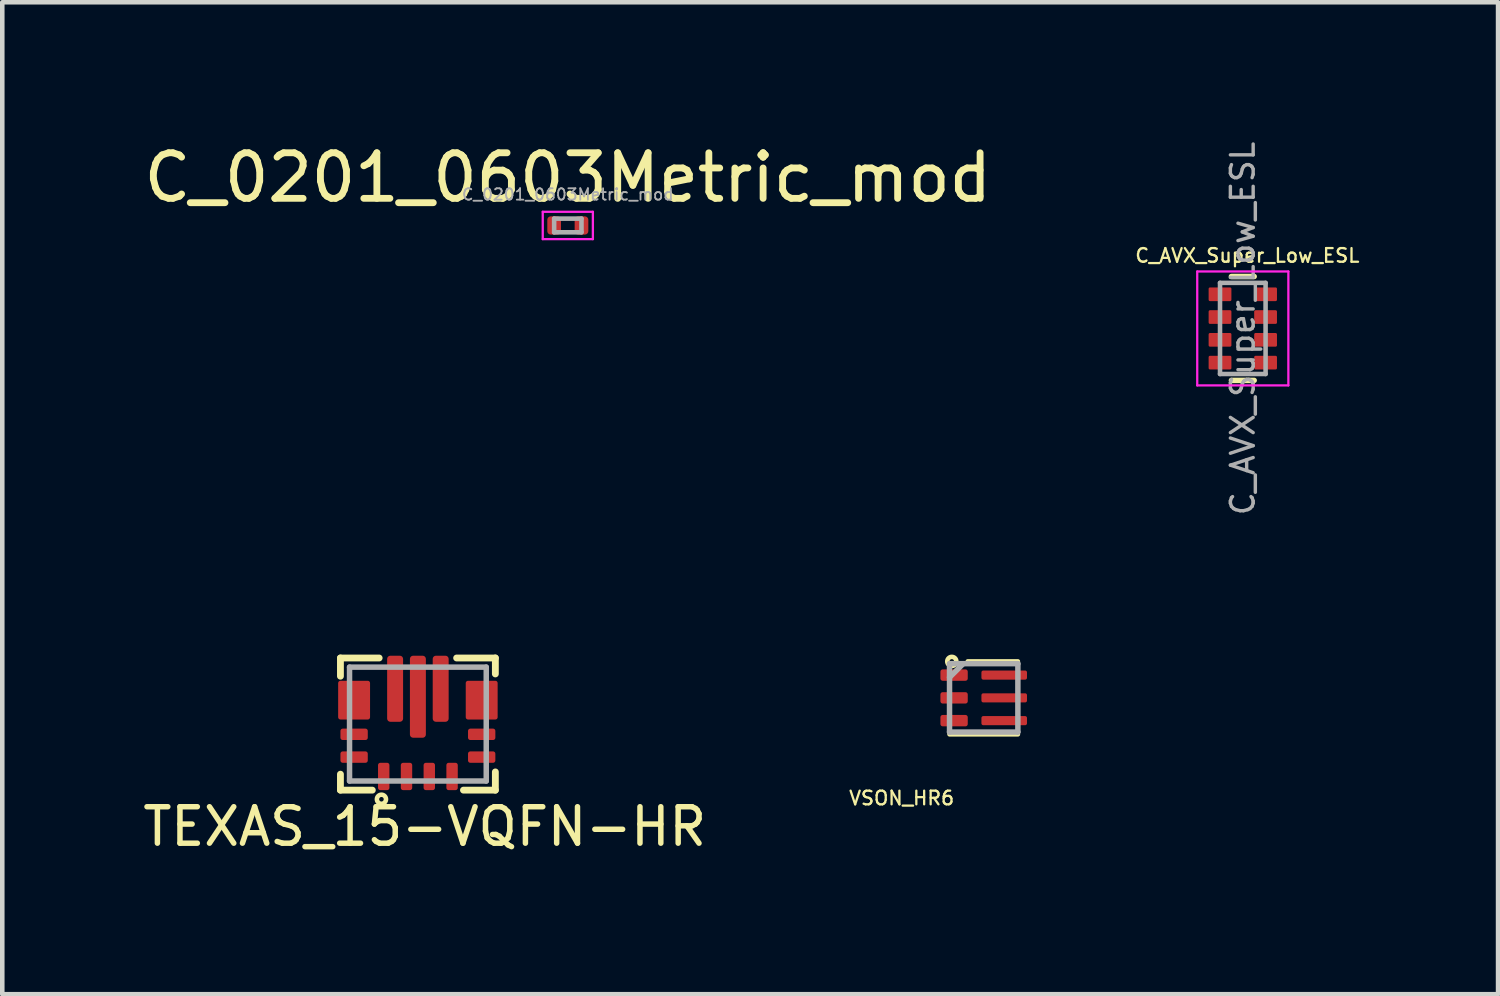
<source format=kicad_pcb>
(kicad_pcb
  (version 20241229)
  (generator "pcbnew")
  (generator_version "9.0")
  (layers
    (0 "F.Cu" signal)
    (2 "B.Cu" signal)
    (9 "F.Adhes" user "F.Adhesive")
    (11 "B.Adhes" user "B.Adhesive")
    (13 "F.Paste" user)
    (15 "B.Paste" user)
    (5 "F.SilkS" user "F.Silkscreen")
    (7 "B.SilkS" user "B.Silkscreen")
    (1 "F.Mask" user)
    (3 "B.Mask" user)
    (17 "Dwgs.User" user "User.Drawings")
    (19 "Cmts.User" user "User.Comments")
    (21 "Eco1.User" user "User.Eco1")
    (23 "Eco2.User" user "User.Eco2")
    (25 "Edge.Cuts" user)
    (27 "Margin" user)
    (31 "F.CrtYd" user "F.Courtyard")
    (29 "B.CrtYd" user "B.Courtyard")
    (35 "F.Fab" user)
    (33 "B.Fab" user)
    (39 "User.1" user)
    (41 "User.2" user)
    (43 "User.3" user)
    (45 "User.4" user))
  (footprint "TEXAS_15-VQFN-HR"
    (layer "F.Cu")
    (at 6.121 12.84)
    (property "Reference" "TEXAS_15-VQFN-HR" (at 0.15 2.25 0) (layer "F.SilkS") (effects (font (size 0.8 0.8) (thickness 0.12))))
    (attr smd)
    (fp_line (start -1.7 -1.05) (end -1.7 -1.45) (stroke (width 0.15) (type solid)) (layer "F.SilkS"))
    (fp_line (start -1.7 1.1) (end -1.7 1.45) (stroke (width 0.15) (type solid)) (layer "F.SilkS"))
    (fp_line (start -1 1.45) (end -1.7 1.45) (stroke (width 0.15) (type solid)) (layer "F.SilkS"))
    (fp_line (start -0.85 -1.45) (end -1.7 -1.45) (stroke (width 0.15) (type solid)) (layer "F.SilkS"))
    (fp_line (start 0.85 -1.45) (end 1.7 -1.45) (stroke (width 0.15) (type solid)) (layer "F.SilkS"))
    (fp_line (start 1 1.45) (end 1.7 1.45) (stroke (width 0.15) (type solid)) (layer "F.SilkS"))
    (fp_line (start 1.7 -1.1) (end 1.7 -1.45) (stroke (width 0.15) (type solid)) (layer "F.SilkS"))
    (fp_line (start 1.7 1.05) (end 1.7 1.45) (stroke (width 0.15) (type solid)) (layer "F.SilkS"))
    (fp_circle (center -0.8 1.65) (end -0.7 1.65) (stroke (width 0.1) (type solid)) (fill no) (layer "F.SilkS"))
    (fp_line (start -1.5 -1.25) (end -1.5 1.25) (stroke (width 0.12) (type solid)) (layer "F.Fab"))
    (fp_line (start -1.5 1.25) (end 1.5 1.25) (stroke (width 0.12) (type solid)) (layer "F.Fab"))
    (fp_line (start 1.5 -1.25) (end -1.5 -1.25) (stroke (width 0.12) (type solid)) (layer "F.Fab"))
    (fp_line (start 1.5 1.25) (end 1.5 -1.25) (stroke (width 0.12) (type solid)) (layer "F.Fab"))
    (pad "" smd roundrect (at -0.5 -1.163) (size 0.25 0.575) (layers "F.Paste") (roundrect_rratio 0.2))
    (pad "" smd roundrect (at -0.5 -0.388) (size 0.25 0.575) (layers "F.Paste") (roundrect_rratio 0.2))
    (pad "" smd roundrect (at 0 -1.06) (size 0.25 0.72) (layers "F.Paste") (roundrect_rratio 0.2))
    (pad "" smd roundrect (at 0 -0.14) (size 0.25 0.72) (layers "F.Paste") (roundrect_rratio 0.2))
    (pad "" smd roundrect (at 0.5 -1.163) (size 0.25 0.575) (layers "F.Paste") (roundrect_rratio 0.2))
    (pad "" smd roundrect (at 0.5 -0.388) (size 0.25 0.575) (layers "F.Paste") (roundrect_rratio 0.2))
    (pad "1" smd roundrect (at -0.75 1.15) (size 0.25 0.6) (layers "F.Cu" "F.Mask" "F.Paste") (roundrect_rratio 0.2))
    (pad "2" smd roundrect (at -0.25 1.15) (size 0.25 0.6) (layers "F.Cu" "F.Mask" "F.Paste") (roundrect_rratio 0.2))
    (pad "3" smd roundrect (at 0.25 1.15) (size 0.25 0.6) (layers "F.Cu" "F.Mask" "F.Paste") (roundrect_rratio 0.2))
    (pad "4" smd roundrect (at 0.75 1.15) (size 0.25 0.6) (layers "F.Cu" "F.Mask" "F.Paste") (roundrect_rratio 0.2))
    (pad "5" smd roundrect (at 1.4 0.725 90) (size 0.25 0.6) (layers "F.Cu" "F.Mask" "F.Paste") (roundrect_rratio 0.2))
    (pad "6" smd roundrect (at 1.4 0.225 90) (size 0.25 0.6) (layers "F.Cu" "F.Mask" "F.Paste") (roundrect_rratio 0.2))
    (pad "7" smd rect (at 1.225 -0.525 180) (size 0.25 0.6) (layers "F.Cu" "F.Mask" "F.Paste"))
    (pad "7" smd roundrect (at 1.4 -0.775 90) (size 0.25 0.6) (layers "F.Cu" "F.Mask" "F.Paste") (roundrect_rratio 0.2))
    (pad "7" smd roundrect (at 1.4 -0.525 90) (size 0.85 0.7) (layers "F.Cu") (roundrect_rratio 0.071))
    (pad "7" smd roundrect (at 1.4 -0.275 90) (size 0.25 0.6) (layers "F.Cu" "F.Mask" "F.Paste") (roundrect_rratio 0.2))
    (pad "9" smd roundrect (at 0.5 -0.775) (size 0.35 1.45) (layers "F.Cu" "F.Mask") (roundrect_rratio 0.2))
    (pad "10" smd roundrect (at 0 -0.6) (size 0.35 1.8) (layers "F.Cu" "F.Mask") (roundrect_rratio 0.2))
    (pad "11" smd roundrect (at -0.5 -0.775) (size 0.35 1.45) (layers "F.Cu" "F.Mask") (roundrect_rratio 0.2))
    (pad "13" smd roundrect (at -1.4 -0.775 270) (size 0.25 0.6) (layers "F.Cu" "F.Mask" "F.Paste") (roundrect_rratio 0.2))
    (pad "13" smd roundrect (at -1.4 -0.525 90) (size 0.85 0.7) (layers "F.Cu") (roundrect_rratio 0.071))
    (pad "13" smd roundrect (at -1.4 -0.275 270) (size 0.25 0.6) (layers "F.Cu" "F.Mask" "F.Paste") (roundrect_rratio 0.2))
    (pad "13" smd rect (at -1.225 -0.525) (size 0.25 0.6) (layers "F.Cu" "F.Mask" "F.Paste"))
    (pad "14" smd roundrect (at -1.4 0.225 270) (size 0.25 0.6) (layers "F.Cu" "F.Mask" "F.Paste") (roundrect_rratio 0.2))
    (pad "15" smd roundrect (at -1.4 0.725 270) (size 0.25 0.6) (layers "F.Cu" "F.Mask" "F.Paste") (roundrect_rratio 0.2)))
  (footprint "C_0201_0603Metric_mod"
    (layer "F.Cu")
    (at 9.411 1.898)
    (property "Reference" "C_0201_0603Metric_mod" (at 0 -1.05 0) (layer "F.SilkS") (effects (font (size 1 1) (thickness 0.15))))
    (attr smd)
    (fp_line (start -0.55 -0.3) (end 0.55 -0.3) (stroke (width 0.05) (type solid)) (layer "F.CrtYd"))
    (fp_line (start -0.55 0.3) (end -0.55 -0.3) (stroke (width 0.05) (type solid)) (layer "F.CrtYd"))
    (fp_line (start 0.55 -0.3) (end 0.55 0.3) (stroke (width 0.05) (type solid)) (layer "F.CrtYd"))
    (fp_line (start 0.55 0.3) (end -0.55 0.3) (stroke (width 0.05) (type solid)) (layer "F.CrtYd"))
    (fp_line (start -0.3 -0.15) (end 0.3 -0.15) (stroke (width 0.1) (type solid)) (layer "F.Fab"))
    (fp_line (start -0.3 0.15) (end -0.3 -0.15) (stroke (width 0.1) (type solid)) (layer "F.Fab"))
    (fp_line (start 0.3 -0.15) (end 0.3 0.15) (stroke (width 0.1) (type solid)) (layer "F.Fab"))
    (fp_line (start 0.3 0.15) (end -0.3 0.15) (stroke (width 0.1) (type solid)) (layer "F.Fab"))
    (fp_text user "${REFERENCE}" (at 0 -0.68 0) (layer "F.Fab") (effects (font (size 0.25 0.25) (thickness 0.04))))
    (pad "1" smd roundrect (at -0.3 0) (size 0.3 0.4) (layers "F.Cu" "F.Mask" "F.Paste") (roundrect_rratio 0.25))
    (pad "2" smd roundrect (at 0.3 0) (size 0.3 0.4) (layers "F.Cu" "F.Mask" "F.Paste") (roundrect_rratio 0.25)))
  (footprint "C_AVX_Super_Low_ESL"
    (layer "F.Cu")
    (at 24.224 4.158)
    (property "Reference" "C_AVX_Super_Low_ESL" (at 0.1 -1.6 0) (layer "F.SilkS") (effects (font (size 0.3 0.3) (thickness 0.05))))
    (attr smd)
    (fp_line (start 0.25 -1.14) (end -0.25 -1.14) (stroke (width 0.12) (type solid)) (layer "F.SilkS"))
    (fp_line (start 0.25 1.14) (end -0.25 1.14) (stroke (width 0.12) (type solid)) (layer "F.SilkS"))
    (fp_line (start -1 -1.25) (end -1 1.25) (stroke (width 0.05) (type solid)) (layer "F.CrtYd"))
    (fp_line (start -1 -1.25) (end 1 -1.25) (stroke (width 0.05) (type solid)) (layer "F.CrtYd"))
    (fp_line (start 1 1.25) (end -1 1.25) (stroke (width 0.05) (type solid)) (layer "F.CrtYd"))
    (fp_line (start 1 1.25) (end 1 -1.25) (stroke (width 0.05) (type solid)) (layer "F.CrtYd"))
    (fp_line (start -0.5 -1) (end 0.5 -1) (stroke (width 0.1) (type solid)) (layer "F.Fab"))
    (fp_line (start -0.5 1) (end -0.5 -1) (stroke (width 0.1) (type solid)) (layer "F.Fab"))
    (fp_line (start 0.5 -1) (end 0.5 1) (stroke (width 0.1) (type solid)) (layer "F.Fab"))
    (fp_line (start 0.5 1) (end -0.5 1) (stroke (width 0.1) (type solid)) (layer "F.Fab"))
    (fp_text user "${REFERENCE}" (at 0 0 90) (layer "F.Fab") (effects (font (size 0.5 0.5) (thickness 0.075))))
    (pad "1" smd roundrect (at -0.5 -0.75) (size 0.5 0.3) (layers "F.Cu" "F.Mask" "F.Paste") (roundrect_rratio 0.1))
    (pad "1" smd roundrect (at -0.5 0.25) (size 0.5 0.3) (layers "F.Cu" "F.Mask" "F.Paste") (roundrect_rratio 0.1))
    (pad "1" smd roundrect (at 0.5 -0.25) (size 0.5 0.3) (layers "F.Cu" "F.Mask" "F.Paste") (roundrect_rratio 0.1))
    (pad "1" smd roundrect (at 0.5 0.75) (size 0.5 0.3) (layers "F.Cu" "F.Mask" "F.Paste") (roundrect_rratio 0.1))
    (pad "2" smd roundrect (at -0.5 -0.25) (size 0.5 0.3) (layers "F.Cu" "F.Mask" "F.Paste") (roundrect_rratio 0.1))
    (pad "2" smd roundrect (at -0.5 0.75) (size 0.5 0.3) (layers "F.Cu" "F.Mask" "F.Paste") (roundrect_rratio 0.1))
    (pad "2" smd roundrect (at 0.5 -0.75) (size 0.5 0.3) (layers "F.Cu" "F.Mask" "F.Paste") (roundrect_rratio 0.1))
    (pad "2" smd roundrect (at 0.5 0.25) (size 0.5 0.3) (layers "F.Cu" "F.Mask" "F.Paste") (roundrect_rratio 0.1)))
  (footprint "VSON_HR6"
    (layer "F.Cu")
    (at 18.538 12.265)
    (property "Reference" "VSON_HR6" (at -1.8 2.2 0) (layer "F.SilkS") (effects (font (size 0.3 0.3) (thickness 0.05))))
    (attr smd)
    (fp_line (start -0.35 -0.8) (end 0.75 -0.8) (stroke (width 0.1) (type solid)) (layer "F.SilkS"))
    (fp_line (start 0.75 0.8) (end -0.75 0.8) (stroke (width 0.1) (type solid)) (layer "F.SilkS"))
    (fp_circle (center -0.7 -0.8) (end -0.6 -0.8) (stroke (width 0.1) (type solid)) (fill no) (layer "F.SilkS"))
    (fp_line (start -0.75 -0.75) (end 0.75 -0.75) (stroke (width 0.12) (type solid)) (layer "F.Fab"))
    (fp_line (start -0.75 -0.45) (end -0.45 -0.75) (stroke (width 0.12) (type solid)) (layer "F.Fab"))
    (fp_line (start -0.75 0.75) (end -0.75 -0.75) (stroke (width 0.12) (type solid)) (layer "F.Fab"))
    (fp_line (start 0.75 -0.75) (end 0.75 0.75) (stroke (width 0.12) (type solid)) (layer "F.Fab"))
    (fp_line (start 0.75 0.75) (end -0.75 0.75) (stroke (width 0.12) (type solid)) (layer "F.Fab"))
    (pad "1" smd roundrect (at -0.65 -0.5) (size 0.6 0.25) (layers "F.Cu" "F.Mask" "F.Paste") (roundrect_rratio 0.2))
    (pad "2" smd roundrect (at -0.65 0) (size 0.6 0.25) (layers "F.Cu" "F.Mask" "F.Paste") (roundrect_rratio 0.2))
    (pad "3" smd roundrect (at -0.65 0.5) (size 0.6 0.25) (layers "F.Cu" "F.Mask" "F.Paste") (roundrect_rratio 0.2))
    (pad "4" smd roundrect (at 0.45 0.5) (size 1 0.2) (layers "F.Cu" "F.Mask" "F.Paste") (roundrect_rratio 0.2))
    (pad "5" smd roundrect (at 0.45 0) (size 1 0.2) (layers "F.Cu" "F.Mask" "F.Paste") (roundrect_rratio 0.2))
    (pad "6" smd roundrect (at 0.45 -0.5) (size 1 0.2) (layers "F.Cu" "F.Mask" "F.Paste") (roundrect_rratio 0.2)))
  (gr_rect
    (start -3 -3)
    (end 29.826 18.769)
    (stroke (width 0.1) (type default))
    (fill no)
    (layer "Edge.Cuts")))
</source>
